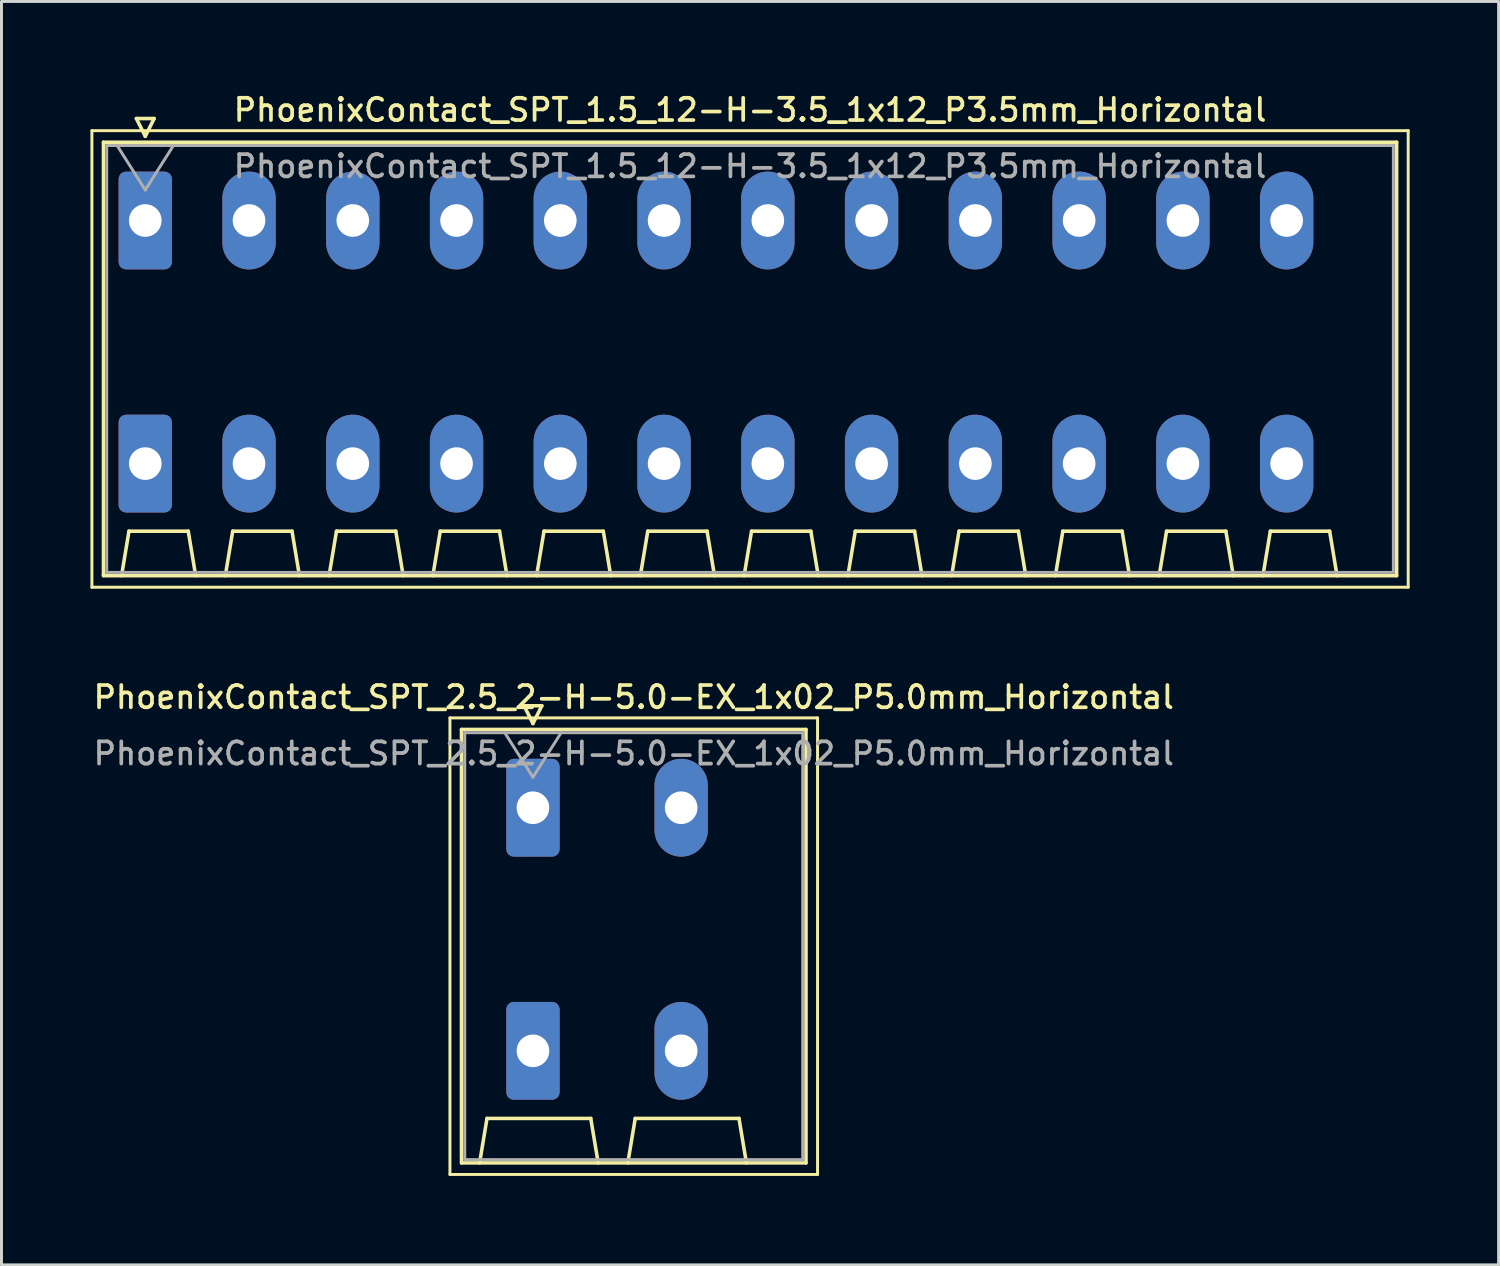
<source format=kicad_pcb>
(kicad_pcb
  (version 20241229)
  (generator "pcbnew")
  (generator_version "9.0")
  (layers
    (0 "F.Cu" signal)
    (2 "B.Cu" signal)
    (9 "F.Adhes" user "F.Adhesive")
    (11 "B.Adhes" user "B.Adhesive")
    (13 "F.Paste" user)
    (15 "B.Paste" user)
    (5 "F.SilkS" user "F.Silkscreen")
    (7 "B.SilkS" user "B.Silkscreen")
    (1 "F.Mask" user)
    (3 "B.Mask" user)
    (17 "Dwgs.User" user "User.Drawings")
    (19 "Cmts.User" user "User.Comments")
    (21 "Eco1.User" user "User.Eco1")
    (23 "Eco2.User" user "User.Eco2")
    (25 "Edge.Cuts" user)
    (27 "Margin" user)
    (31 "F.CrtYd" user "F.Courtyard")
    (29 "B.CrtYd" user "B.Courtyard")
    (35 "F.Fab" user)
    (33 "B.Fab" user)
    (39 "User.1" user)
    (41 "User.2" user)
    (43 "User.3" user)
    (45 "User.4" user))
  (footprint "PhoenixContact_SPT_2.5_2-H-5.0-EX_1x02_P5.0mm_Horizontal"
    (layer "F.Cu")
    (at 14.927 24.196)
    (property "Reference" "PhoenixContact_SPT_2.5_2-H-5.0-EX_1x02_P5.0mm_Horizontal" (at 3.4 -3.73 0) (layer "F.SilkS") (effects (font (size 0.75 0.75) (thickness 0.125))))
    (attr through_hole)
    (fp_line (start -2.8 -3.03) (end -2.8 12.37) (stroke (width 0.1) (type solid)) (layer "F.SilkS"))
    (fp_line (start -2.8 12.37) (end 9.6 12.37) (stroke (width 0.1) (type solid)) (layer "F.SilkS"))
    (fp_line (start -2.41 -2.64) (end 9.21 -2.64) (stroke (width 0.12) (type solid)) (layer "F.SilkS"))
    (fp_line (start -2.41 11.98) (end -2.41 -2.64) (stroke (width 0.12) (type solid)) (layer "F.SilkS"))
    (fp_line (start -1.8 11.98) (end -1.55 10.48) (stroke (width 0.12) (type solid)) (layer "F.SilkS"))
    (fp_line (start -1.55 10.48) (end 1.95 10.48) (stroke (width 0.12) (type solid)) (layer "F.SilkS"))
    (fp_line (start -0.3 -3.44) (end 0 -2.84) (stroke (width 0.12) (type solid)) (layer "F.SilkS"))
    (fp_line (start -0.3 -3.44) (end 0.3 -3.44) (stroke (width 0.12) (type solid)) (layer "F.SilkS"))
    (fp_line (start 0.3 -3.44) (end 0 -2.84) (stroke (width 0.12) (type solid)) (layer "F.SilkS"))
    (fp_line (start 2.2 11.98) (end 1.95 10.48) (stroke (width 0.12) (type solid)) (layer "F.SilkS"))
    (fp_line (start 3.2 11.98) (end 3.45 10.48) (stroke (width 0.12) (type solid)) (layer "F.SilkS"))
    (fp_line (start 3.45 10.48) (end 6.95 10.48) (stroke (width 0.12) (type solid)) (layer "F.SilkS"))
    (fp_line (start 7.2 11.98) (end 6.95 10.48) (stroke (width 0.12) (type solid)) (layer "F.SilkS"))
    (fp_line (start 9.21 -2.64) (end 9.21 11.98) (stroke (width 0.12) (type solid)) (layer "F.SilkS"))
    (fp_line (start 9.21 11.98) (end -2.41 11.98) (stroke (width 0.12) (type solid)) (layer "F.SilkS"))
    (fp_line (start 9.6 -3.03) (end -2.8 -3.03) (stroke (width 0.1) (type solid)) (layer "F.SilkS"))
    (fp_line (start 9.6 12.37) (end 9.6 -3.03) (stroke (width 0.1) (type solid)) (layer "F.SilkS"))
    (fp_line (start -2.3 -2.53) (end -2.3 11.87) (stroke (width 0.1) (type solid)) (layer "F.Fab"))
    (fp_line (start -2.3 11.87) (end 9.1 11.87) (stroke (width 0.1) (type solid)) (layer "F.Fab"))
    (fp_line (start -0.95 -2.53) (end 0 -1.03) (stroke (width 0.1) (type solid)) (layer "F.Fab"))
    (fp_line (start 0.95 -2.53) (end 0 -1.03) (stroke (width 0.1) (type solid)) (layer "F.Fab"))
    (fp_line (start 9.1 -2.53) (end -2.3 -2.53) (stroke (width 0.1) (type solid)) (layer "F.Fab"))
    (fp_line (start 9.1 11.87) (end 9.1 -2.53) (stroke (width 0.1) (type solid)) (layer "F.Fab"))
    (fp_text user "${REFERENCE}" (at 3.4 -1.83 0) (layer "F.Fab") (effects (font (size 0.75 0.75) (thickness 0.125))))
    (pad "1" thru_hole roundrect (at 0 0) (size 1.8 3.3) (drill 1.1) (layers "*.Cu" "*.Mask") (roundrect_rratio 0.139))
    (pad "1" thru_hole roundrect (at 0 8.2) (size 1.8 3.3) (drill 1.1) (layers "*.Cu" "*.Mask") (roundrect_rratio 0.139))
    (pad "2" thru_hole oval (at 5 0) (size 1.8 3.3) (drill 1.1) (layers "*.Cu" "*.Mask"))
    (pad "2" thru_hole oval (at 5 8.2) (size 1.8 3.3) (drill 1.1) (layers "*.Cu" "*.Mask")))
  (footprint "PhoenixContact_SPT_1.5_12-H-3.5_1x12_P3.5mm_Horizontal"
    (layer "F.Cu")
    (at 1.85 4.388)
    (property "Reference" "PhoenixContact_SPT_1.5_12-H-3.5_1x12_P3.5mm_Horizontal" (at 20.4 -3.73 0) (layer "F.SilkS") (effects (font (size 0.75 0.75) (thickness 0.125))))
    (attr through_hole)
    (fp_line (start -1.8 -3.03) (end -1.8 12.37) (stroke (width 0.1) (type solid)) (layer "F.SilkS"))
    (fp_line (start -1.8 12.37) (end 42.6 12.37) (stroke (width 0.1) (type solid)) (layer "F.SilkS"))
    (fp_line (start -1.41 -2.64) (end 42.21 -2.64) (stroke (width 0.12) (type solid)) (layer "F.SilkS"))
    (fp_line (start -1.41 11.98) (end -1.41 -2.64) (stroke (width 0.12) (type solid)) (layer "F.SilkS"))
    (fp_line (start -0.8 11.98) (end -0.55 10.48) (stroke (width 0.12) (type solid)) (layer "F.SilkS"))
    (fp_line (start -0.55 10.48) (end 1.45 10.48) (stroke (width 0.12) (type solid)) (layer "F.SilkS"))
    (fp_line (start -0.3 -3.44) (end 0 -2.84) (stroke (width 0.12) (type solid)) (layer "F.SilkS"))
    (fp_line (start -0.3 -3.44) (end 0.3 -3.44) (stroke (width 0.12) (type solid)) (layer "F.SilkS"))
    (fp_line (start 0.3 -3.44) (end 0 -2.84) (stroke (width 0.12) (type solid)) (layer "F.SilkS"))
    (fp_line (start 1.7 11.98) (end 1.45 10.48) (stroke (width 0.12) (type solid)) (layer "F.SilkS"))
    (fp_line (start 2.7 11.98) (end 2.95 10.48) (stroke (width 0.12) (type solid)) (layer "F.SilkS"))
    (fp_line (start 2.95 10.48) (end 4.95 10.48) (stroke (width 0.12) (type solid)) (layer "F.SilkS"))
    (fp_line (start 5.2 11.98) (end 4.95 10.48) (stroke (width 0.12) (type solid)) (layer "F.SilkS"))
    (fp_line (start 6.2 11.98) (end 6.45 10.48) (stroke (width 0.12) (type solid)) (layer "F.SilkS"))
    (fp_line (start 6.45 10.48) (end 8.45 10.48) (stroke (width 0.12) (type solid)) (layer "F.SilkS"))
    (fp_line (start 8.7 11.98) (end 8.45 10.48) (stroke (width 0.12) (type solid)) (layer "F.SilkS"))
    (fp_line (start 9.7 11.98) (end 9.95 10.48) (stroke (width 0.12) (type solid)) (layer "F.SilkS"))
    (fp_line (start 9.95 10.48) (end 11.95 10.48) (stroke (width 0.12) (type solid)) (layer "F.SilkS"))
    (fp_line (start 12.2 11.98) (end 11.95 10.48) (stroke (width 0.12) (type solid)) (layer "F.SilkS"))
    (fp_line (start 13.2 11.98) (end 13.45 10.48) (stroke (width 0.12) (type solid)) (layer "F.SilkS"))
    (fp_line (start 13.45 10.48) (end 15.45 10.48) (stroke (width 0.12) (type solid)) (layer "F.SilkS"))
    (fp_line (start 15.7 11.98) (end 15.45 10.48) (stroke (width 0.12) (type solid)) (layer "F.SilkS"))
    (fp_line (start 16.7 11.98) (end 16.95 10.48) (stroke (width 0.12) (type solid)) (layer "F.SilkS"))
    (fp_line (start 16.95 10.48) (end 18.95 10.48) (stroke (width 0.12) (type solid)) (layer "F.SilkS"))
    (fp_line (start 19.2 11.98) (end 18.95 10.48) (stroke (width 0.12) (type solid)) (layer "F.SilkS"))
    (fp_line (start 20.2 11.98) (end 20.45 10.48) (stroke (width 0.12) (type solid)) (layer "F.SilkS"))
    (fp_line (start 20.45 10.48) (end 22.45 10.48) (stroke (width 0.12) (type solid)) (layer "F.SilkS"))
    (fp_line (start 22.7 11.98) (end 22.45 10.48) (stroke (width 0.12) (type solid)) (layer "F.SilkS"))
    (fp_line (start 23.7 11.98) (end 23.95 10.48) (stroke (width 0.12) (type solid)) (layer "F.SilkS"))
    (fp_line (start 23.95 10.48) (end 25.95 10.48) (stroke (width 0.12) (type solid)) (layer "F.SilkS"))
    (fp_line (start 26.2 11.98) (end 25.95 10.48) (stroke (width 0.12) (type solid)) (layer "F.SilkS"))
    (fp_line (start 27.2 11.98) (end 27.45 10.48) (stroke (width 0.12) (type solid)) (layer "F.SilkS"))
    (fp_line (start 27.45 10.48) (end 29.45 10.48) (stroke (width 0.12) (type solid)) (layer "F.SilkS"))
    (fp_line (start 29.7 11.98) (end 29.45 10.48) (stroke (width 0.12) (type solid)) (layer "F.SilkS"))
    (fp_line (start 30.7 11.98) (end 30.95 10.48) (stroke (width 0.12) (type solid)) (layer "F.SilkS"))
    (fp_line (start 30.95 10.48) (end 32.95 10.48) (stroke (width 0.12) (type solid)) (layer "F.SilkS"))
    (fp_line (start 33.2 11.98) (end 32.95 10.48) (stroke (width 0.12) (type solid)) (layer "F.SilkS"))
    (fp_line (start 34.2 11.98) (end 34.45 10.48) (stroke (width 0.12) (type solid)) (layer "F.SilkS"))
    (fp_line (start 34.45 10.48) (end 36.45 10.48) (stroke (width 0.12) (type solid)) (layer "F.SilkS"))
    (fp_line (start 36.7 11.98) (end 36.45 10.48) (stroke (width 0.12) (type solid)) (layer "F.SilkS"))
    (fp_line (start 37.7 11.98) (end 37.95 10.48) (stroke (width 0.12) (type solid)) (layer "F.SilkS"))
    (fp_line (start 37.95 10.48) (end 39.95 10.48) (stroke (width 0.12) (type solid)) (layer "F.SilkS"))
    (fp_line (start 40.2 11.98) (end 39.95 10.48) (stroke (width 0.12) (type solid)) (layer "F.SilkS"))
    (fp_line (start 42.21 -2.64) (end 42.21 11.98) (stroke (width 0.12) (type solid)) (layer "F.SilkS"))
    (fp_line (start 42.21 11.98) (end -1.41 11.98) (stroke (width 0.12) (type solid)) (layer "F.SilkS"))
    (fp_line (start 42.6 -3.03) (end -1.8 -3.03) (stroke (width 0.1) (type solid)) (layer "F.SilkS"))
    (fp_line (start 42.6 12.37) (end 42.6 -3.03) (stroke (width 0.1) (type solid)) (layer "F.SilkS"))
    (fp_line (start -1.3 -2.53) (end -1.3 11.87) (stroke (width 0.1) (type solid)) (layer "F.Fab"))
    (fp_line (start -1.3 11.87) (end 42.1 11.87) (stroke (width 0.1) (type solid)) (layer "F.Fab"))
    (fp_line (start -0.95 -2.53) (end 0 -1.03) (stroke (width 0.1) (type solid)) (layer "F.Fab"))
    (fp_line (start 0.95 -2.53) (end 0 -1.03) (stroke (width 0.1) (type solid)) (layer "F.Fab"))
    (fp_line (start 42.1 -2.53) (end -1.3 -2.53) (stroke (width 0.1) (type solid)) (layer "F.Fab"))
    (fp_line (start 42.1 11.87) (end 42.1 -2.53) (stroke (width 0.1) (type solid)) (layer "F.Fab"))
    (fp_text user "${REFERENCE}" (at 20.4 -1.83 0) (layer "F.Fab") (effects (font (size 0.75 0.75) (thickness 0.125))))
    (pad "1" thru_hole roundrect (at 0 0) (size 1.8 3.3) (drill 1.1) (layers "*.Cu" "*.Mask") (roundrect_rratio 0.139))
    (pad "1" thru_hole roundrect (at 0 8.2) (size 1.8 3.3) (drill 1.1) (layers "*.Cu" "*.Mask") (roundrect_rratio 0.139))
    (pad "2" thru_hole oval (at 3.5 0) (size 1.8 3.3) (drill 1.1) (layers "*.Cu" "*.Mask"))
    (pad "2" thru_hole oval (at 3.5 8.2) (size 1.8 3.3) (drill 1.1) (layers "*.Cu" "*.Mask"))
    (pad "3" thru_hole oval (at 7 0) (size 1.8 3.3) (drill 1.1) (layers "*.Cu" "*.Mask"))
    (pad "3" thru_hole oval (at 7 8.2) (size 1.8 3.3) (drill 1.1) (layers "*.Cu" "*.Mask"))
    (pad "4" thru_hole oval (at 10.5 0) (size 1.8 3.3) (drill 1.1) (layers "*.Cu" "*.Mask"))
    (pad "4" thru_hole oval (at 10.5 8.2) (size 1.8 3.3) (drill 1.1) (layers "*.Cu" "*.Mask"))
    (pad "5" thru_hole oval (at 14 0) (size 1.8 3.3) (drill 1.1) (layers "*.Cu" "*.Mask"))
    (pad "5" thru_hole oval (at 14 8.2) (size 1.8 3.3) (drill 1.1) (layers "*.Cu" "*.Mask"))
    (pad "6" thru_hole oval (at 17.5 0) (size 1.8 3.3) (drill 1.1) (layers "*.Cu" "*.Mask"))
    (pad "6" thru_hole oval (at 17.5 8.2) (size 1.8 3.3) (drill 1.1) (layers "*.Cu" "*.Mask"))
    (pad "7" thru_hole oval (at 21 0) (size 1.8 3.3) (drill 1.1) (layers "*.Cu" "*.Mask"))
    (pad "7" thru_hole oval (at 21 8.2) (size 1.8 3.3) (drill 1.1) (layers "*.Cu" "*.Mask"))
    (pad "8" thru_hole oval (at 24.5 0) (size 1.8 3.3) (drill 1.1) (layers "*.Cu" "*.Mask"))
    (pad "8" thru_hole oval (at 24.5 8.2) (size 1.8 3.3) (drill 1.1) (layers "*.Cu" "*.Mask"))
    (pad "9" thru_hole oval (at 28 0) (size 1.8 3.3) (drill 1.1) (layers "*.Cu" "*.Mask"))
    (pad "9" thru_hole oval (at 28 8.2) (size 1.8 3.3) (drill 1.1) (layers "*.Cu" "*.Mask"))
    (pad "10" thru_hole oval (at 31.5 0) (size 1.8 3.3) (drill 1.1) (layers "*.Cu" "*.Mask"))
    (pad "10" thru_hole oval (at 31.5 8.2) (size 1.8 3.3) (drill 1.1) (layers "*.Cu" "*.Mask"))
    (pad "11" thru_hole oval (at 35 0) (size 1.8 3.3) (drill 1.1) (layers "*.Cu" "*.Mask"))
    (pad "11" thru_hole oval (at 35 8.2) (size 1.8 3.3) (drill 1.1) (layers "*.Cu" "*.Mask"))
    (pad "12" thru_hole oval (at 38.5 0) (size 1.8 3.3) (drill 1.1) (layers "*.Cu" "*.Mask"))
    (pad "12" thru_hole oval (at 38.5 8.2) (size 1.8 3.3) (drill 1.1) (layers "*.Cu" "*.Mask")))
  (gr_rect
    (start -3 -3)
    (end 47.5 39.616)
    (stroke (width 0.1) (type default))
    (fill no)
    (layer "Edge.Cuts")))
</source>
